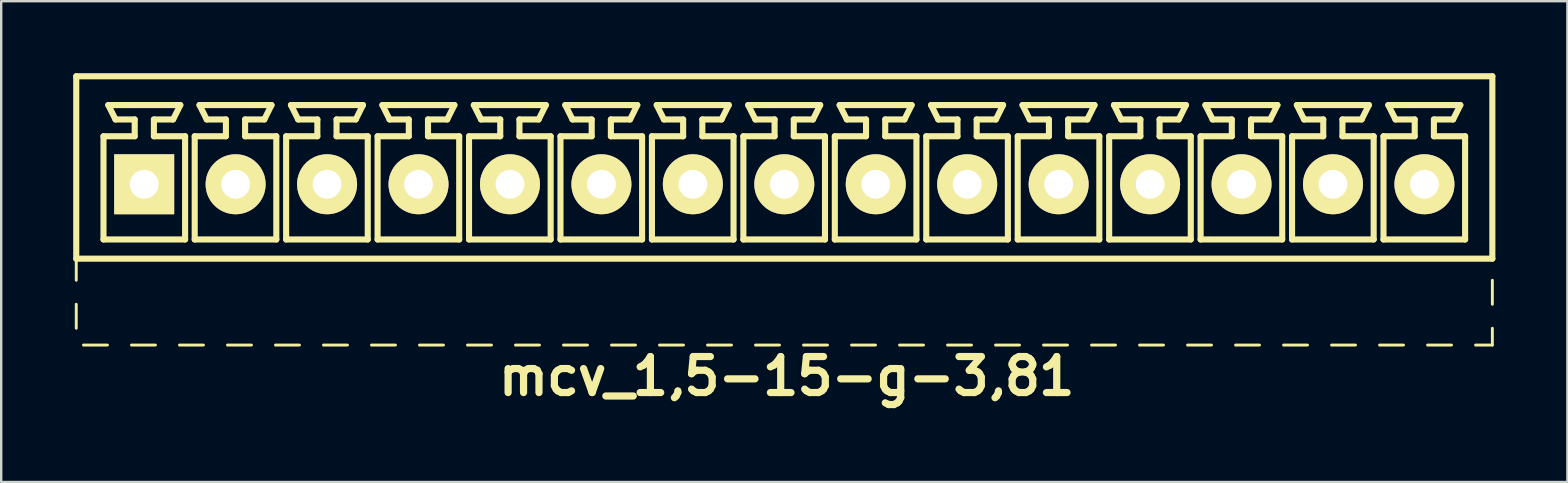
<source format=kicad_pcb>
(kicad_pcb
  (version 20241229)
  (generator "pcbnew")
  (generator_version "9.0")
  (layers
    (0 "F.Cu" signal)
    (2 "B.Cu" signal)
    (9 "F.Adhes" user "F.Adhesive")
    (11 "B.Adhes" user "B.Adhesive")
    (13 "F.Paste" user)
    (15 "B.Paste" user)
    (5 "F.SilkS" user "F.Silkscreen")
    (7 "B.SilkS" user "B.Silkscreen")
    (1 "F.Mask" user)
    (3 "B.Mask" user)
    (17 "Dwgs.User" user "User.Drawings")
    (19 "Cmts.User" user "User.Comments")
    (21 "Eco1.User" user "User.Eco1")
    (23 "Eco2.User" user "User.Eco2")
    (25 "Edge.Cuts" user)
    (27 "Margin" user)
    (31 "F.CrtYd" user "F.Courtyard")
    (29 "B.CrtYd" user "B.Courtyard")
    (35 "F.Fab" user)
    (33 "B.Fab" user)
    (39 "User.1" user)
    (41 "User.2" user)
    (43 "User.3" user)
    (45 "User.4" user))
  (footprint "mcv_1,5-15-g-3,81"
    (layer "F.Cu")
    (at 29.627 4.627)
    (property "Reference" "mcv_1,5-15-g-3,81" (at 0.1 8 0) (layer "F.SilkS") (effects (font (size 1.5 1.5) (thickness 0.3))))
    (attr through_hole)
    (fp_line (start -29.5 -4.5) (end -29.5 3.1) (stroke (width 0.254) (type solid)) (layer "F.SilkS"))
    (fp_line (start -29.5 -4.5) (end 29.5 -4.5) (stroke (width 0.254) (type solid)) (layer "F.SilkS"))
    (fp_line (start -29.5 3.1) (end -29.5 4) (stroke (width 0.12) (type solid)) (layer "F.SilkS"))
    (fp_line (start -29.5 3.1) (end 29.5 3.1) (stroke (width 0.254) (type solid)) (layer "F.SilkS"))
    (fp_line (start -29.5 5) (end -29.5 6) (stroke (width 0.12) (type solid)) (layer "F.SilkS"))
    (fp_line (start -29.2 6.7) (end -28.2 6.7) (stroke (width 0.12) (type solid)) (layer "F.SilkS"))
    (fp_line (start -28.365 -2) (end -27.065 -2) (stroke (width 0.254) (type solid)) (layer "F.SilkS"))
    (fp_line (start -28.365 2.3) (end -28.365 -2) (stroke (width 0.254) (type solid)) (layer "F.SilkS"))
    (fp_line (start -28.165 -3.3) (end -25.165 -3.3) (stroke (width 0.254) (type solid)) (layer "F.SilkS"))
    (fp_line (start -27.865 -2.7) (end -28.165 -3.3) (stroke (width 0.254) (type solid)) (layer "F.SilkS"))
    (fp_line (start -27.2 6.7) (end -26.2 6.7) (stroke (width 0.12) (type solid)) (layer "F.SilkS"))
    (fp_line (start -27.065 -2.7) (end -27.865 -2.7) (stroke (width 0.254) (type solid)) (layer "F.SilkS"))
    (fp_line (start -27.065 -2) (end -27.065 -2.7) (stroke (width 0.254) (type solid)) (layer "F.SilkS"))
    (fp_line (start -26.265 -2.7) (end -26.265 -2) (stroke (width 0.254) (type solid)) (layer "F.SilkS"))
    (fp_line (start -26.265 -2) (end -24.965 -2) (stroke (width 0.254) (type solid)) (layer "F.SilkS"))
    (fp_line (start -25.465 -2.7) (end -26.265 -2.7) (stroke (width 0.254) (type solid)) (layer "F.SilkS"))
    (fp_line (start -25.465 -2.7) (end -25.165 -3.3) (stroke (width 0.254) (type solid)) (layer "F.SilkS"))
    (fp_line (start -25.2 6.7) (end -24.2 6.7) (stroke (width 0.12) (type solid)) (layer "F.SilkS"))
    (fp_line (start -24.965 -2) (end -24.965 2.3) (stroke (width 0.254) (type solid)) (layer "F.SilkS"))
    (fp_line (start -24.965 2.3) (end -28.365 2.3) (stroke (width 0.254) (type solid)) (layer "F.SilkS"))
    (fp_line (start -24.565 -2) (end -23.265 -2) (stroke (width 0.254) (type solid)) (layer "F.SilkS"))
    (fp_line (start -24.565 2.3) (end -24.565 -2) (stroke (width 0.254) (type solid)) (layer "F.SilkS"))
    (fp_line (start -24.365 -3.3) (end -21.365 -3.3) (stroke (width 0.254) (type solid)) (layer "F.SilkS"))
    (fp_line (start -24.065 -2.7) (end -24.365 -3.3) (stroke (width 0.254) (type solid)) (layer "F.SilkS"))
    (fp_line (start -23.265 -2.7) (end -24.065 -2.7) (stroke (width 0.254) (type solid)) (layer "F.SilkS"))
    (fp_line (start -23.265 -2) (end -23.265 -2.7) (stroke (width 0.254) (type solid)) (layer "F.SilkS"))
    (fp_line (start -23.2 6.7) (end -22.2 6.7) (stroke (width 0.12) (type solid)) (layer "F.SilkS"))
    (fp_line (start -22.465 -2.7) (end -22.465 -2) (stroke (width 0.254) (type solid)) (layer "F.SilkS"))
    (fp_line (start -22.465 -2) (end -21.165 -2) (stroke (width 0.254) (type solid)) (layer "F.SilkS"))
    (fp_line (start -21.665 -2.7) (end -22.465 -2.7) (stroke (width 0.254) (type solid)) (layer "F.SilkS"))
    (fp_line (start -21.665 -2.7) (end -21.365 -3.3) (stroke (width 0.254) (type solid)) (layer "F.SilkS"))
    (fp_line (start -21.2 6.7) (end -20.2 6.7) (stroke (width 0.12) (type solid)) (layer "F.SilkS"))
    (fp_line (start -21.165 -2) (end -21.165 2.3) (stroke (width 0.254) (type solid)) (layer "F.SilkS"))
    (fp_line (start -21.165 2.3) (end -24.565 2.3) (stroke (width 0.254) (type solid)) (layer "F.SilkS"))
    (fp_line (start -20.755 -2) (end -19.455 -2) (stroke (width 0.254) (type solid)) (layer "F.SilkS"))
    (fp_line (start -20.755 2.3) (end -20.755 -2) (stroke (width 0.254) (type solid)) (layer "F.SilkS"))
    (fp_line (start -20.555 -3.3) (end -17.555 -3.3) (stroke (width 0.254) (type solid)) (layer "F.SilkS"))
    (fp_line (start -20.255 -2.7) (end -20.555 -3.3) (stroke (width 0.254) (type solid)) (layer "F.SilkS"))
    (fp_line (start -19.455 -2.7) (end -20.255 -2.7) (stroke (width 0.254) (type solid)) (layer "F.SilkS"))
    (fp_line (start -19.455 -2) (end -19.455 -2.7) (stroke (width 0.254) (type solid)) (layer "F.SilkS"))
    (fp_line (start -19.2 6.7) (end -18.2 6.7) (stroke (width 0.12) (type solid)) (layer "F.SilkS"))
    (fp_line (start -18.655 -2.7) (end -18.655 -2) (stroke (width 0.254) (type solid)) (layer "F.SilkS"))
    (fp_line (start -18.655 -2) (end -17.355 -2) (stroke (width 0.254) (type solid)) (layer "F.SilkS"))
    (fp_line (start -17.855 -2.7) (end -18.655 -2.7) (stroke (width 0.254) (type solid)) (layer "F.SilkS"))
    (fp_line (start -17.855 -2.7) (end -17.555 -3.3) (stroke (width 0.254) (type solid)) (layer "F.SilkS"))
    (fp_line (start -17.355 -2) (end -17.355 2.3) (stroke (width 0.254) (type solid)) (layer "F.SilkS"))
    (fp_line (start -17.355 2.3) (end -20.755 2.3) (stroke (width 0.254) (type solid)) (layer "F.SilkS"))
    (fp_line (start -17.2 6.7) (end -16.2 6.7) (stroke (width 0.12) (type solid)) (layer "F.SilkS"))
    (fp_line (start -16.945 -2) (end -15.645 -2) (stroke (width 0.254) (type solid)) (layer "F.SilkS"))
    (fp_line (start -16.945 2.3) (end -16.945 -2) (stroke (width 0.254) (type solid)) (layer "F.SilkS"))
    (fp_line (start -16.745 -3.3) (end -13.745 -3.3) (stroke (width 0.254) (type solid)) (layer "F.SilkS"))
    (fp_line (start -16.445 -2.7) (end -16.745 -3.3) (stroke (width 0.254) (type solid)) (layer "F.SilkS"))
    (fp_line (start -15.645 -2.7) (end -16.445 -2.7) (stroke (width 0.254) (type solid)) (layer "F.SilkS"))
    (fp_line (start -15.645 -2) (end -15.645 -2.7) (stroke (width 0.254) (type solid)) (layer "F.SilkS"))
    (fp_line (start -15.2 6.7) (end -14.2 6.7) (stroke (width 0.12) (type solid)) (layer "F.SilkS"))
    (fp_line (start -14.845 -2.7) (end -14.845 -2) (stroke (width 0.254) (type solid)) (layer "F.SilkS"))
    (fp_line (start -14.845 -2) (end -13.545 -2) (stroke (width 0.254) (type solid)) (layer "F.SilkS"))
    (fp_line (start -14.045 -2.7) (end -14.845 -2.7) (stroke (width 0.254) (type solid)) (layer "F.SilkS"))
    (fp_line (start -14.045 -2.7) (end -13.745 -3.3) (stroke (width 0.254) (type solid)) (layer "F.SilkS"))
    (fp_line (start -13.545 -2) (end -13.545 2.3) (stroke (width 0.254) (type solid)) (layer "F.SilkS"))
    (fp_line (start -13.545 2.3) (end -16.945 2.3) (stroke (width 0.254) (type solid)) (layer "F.SilkS"))
    (fp_line (start -13.2 6.7) (end -12.2 6.7) (stroke (width 0.12) (type solid)) (layer "F.SilkS"))
    (fp_line (start -13.135 -2) (end -11.835 -2) (stroke (width 0.254) (type solid)) (layer "F.SilkS"))
    (fp_line (start -13.135 2.3) (end -13.135 -2) (stroke (width 0.254) (type solid)) (layer "F.SilkS"))
    (fp_line (start -12.935 -3.3) (end -9.935 -3.3) (stroke (width 0.254) (type solid)) (layer "F.SilkS"))
    (fp_line (start -12.635 -2.7) (end -12.935 -3.3) (stroke (width 0.254) (type solid)) (layer "F.SilkS"))
    (fp_line (start -11.835 -2.7) (end -12.635 -2.7) (stroke (width 0.254) (type solid)) (layer "F.SilkS"))
    (fp_line (start -11.835 -2) (end -11.835 -2.7) (stroke (width 0.254) (type solid)) (layer "F.SilkS"))
    (fp_line (start -11.2 6.7) (end -10.2 6.7) (stroke (width 0.12) (type solid)) (layer "F.SilkS"))
    (fp_line (start -11.035 -2.7) (end -11.035 -2) (stroke (width 0.254) (type solid)) (layer "F.SilkS"))
    (fp_line (start -11.035 -2) (end -9.735 -2) (stroke (width 0.254) (type solid)) (layer "F.SilkS"))
    (fp_line (start -10.235 -2.7) (end -11.035 -2.7) (stroke (width 0.254) (type solid)) (layer "F.SilkS"))
    (fp_line (start -10.235 -2.7) (end -9.935 -3.3) (stroke (width 0.254) (type solid)) (layer "F.SilkS"))
    (fp_line (start -9.735 -2) (end -9.735 2.3) (stroke (width 0.254) (type solid)) (layer "F.SilkS"))
    (fp_line (start -9.735 2.3) (end -13.135 2.3) (stroke (width 0.254) (type solid)) (layer "F.SilkS"))
    (fp_line (start -9.325 -2) (end -8.025 -2) (stroke (width 0.254) (type solid)) (layer "F.SilkS"))
    (fp_line (start -9.325 2.3) (end -9.325 -2) (stroke (width 0.254) (type solid)) (layer "F.SilkS"))
    (fp_line (start -9.2 6.7) (end -8.2 6.7) (stroke (width 0.12) (type solid)) (layer "F.SilkS"))
    (fp_line (start -9.125 -3.3) (end -6.125 -3.3) (stroke (width 0.254) (type solid)) (layer "F.SilkS"))
    (fp_line (start -8.825 -2.7) (end -9.125 -3.3) (stroke (width 0.254) (type solid)) (layer "F.SilkS"))
    (fp_line (start -8.025 -2.7) (end -8.825 -2.7) (stroke (width 0.254) (type solid)) (layer "F.SilkS"))
    (fp_line (start -8.025 -2) (end -8.025 -2.7) (stroke (width 0.254) (type solid)) (layer "F.SilkS"))
    (fp_line (start -7.225 -2.7) (end -7.225 -2) (stroke (width 0.254) (type solid)) (layer "F.SilkS"))
    (fp_line (start -7.225 -2) (end -5.925 -2) (stroke (width 0.254) (type solid)) (layer "F.SilkS"))
    (fp_line (start -7.2 6.7) (end -6.2 6.7) (stroke (width 0.12) (type solid)) (layer "F.SilkS"))
    (fp_line (start -6.425 -2.7) (end -7.225 -2.7) (stroke (width 0.254) (type solid)) (layer "F.SilkS"))
    (fp_line (start -6.425 -2.7) (end -6.125 -3.3) (stroke (width 0.254) (type solid)) (layer "F.SilkS"))
    (fp_line (start -5.925 -2) (end -5.925 2.3) (stroke (width 0.254) (type solid)) (layer "F.SilkS"))
    (fp_line (start -5.925 2.3) (end -9.325 2.3) (stroke (width 0.254) (type solid)) (layer "F.SilkS"))
    (fp_line (start -5.515 -2) (end -4.215 -2) (stroke (width 0.254) (type solid)) (layer "F.SilkS"))
    (fp_line (start -5.515 2.3) (end -5.515 -2) (stroke (width 0.254) (type solid)) (layer "F.SilkS"))
    (fp_line (start -5.315 -3.3) (end -2.315 -3.3) (stroke (width 0.254) (type solid)) (layer "F.SilkS"))
    (fp_line (start -5.2 6.7) (end -4.2 6.7) (stroke (width 0.12) (type solid)) (layer "F.SilkS"))
    (fp_line (start -5.015 -2.7) (end -5.315 -3.3) (stroke (width 0.254) (type solid)) (layer "F.SilkS"))
    (fp_line (start -4.215 -2.7) (end -5.015 -2.7) (stroke (width 0.254) (type solid)) (layer "F.SilkS"))
    (fp_line (start -4.215 -2) (end -4.215 -2.7) (stroke (width 0.254) (type solid)) (layer "F.SilkS"))
    (fp_line (start -3.415 -2.7) (end -3.415 -2) (stroke (width 0.254) (type solid)) (layer "F.SilkS"))
    (fp_line (start -3.415 -2) (end -2.115 -2) (stroke (width 0.254) (type solid)) (layer "F.SilkS"))
    (fp_line (start -3.2 6.7) (end -2.2 6.7) (stroke (width 0.12) (type solid)) (layer "F.SilkS"))
    (fp_line (start -2.615 -2.7) (end -3.415 -2.7) (stroke (width 0.254) (type solid)) (layer "F.SilkS"))
    (fp_line (start -2.615 -2.7) (end -2.315 -3.3) (stroke (width 0.254) (type solid)) (layer "F.SilkS"))
    (fp_line (start -2.115 -2) (end -2.115 2.3) (stroke (width 0.254) (type solid)) (layer "F.SilkS"))
    (fp_line (start -2.115 2.3) (end -5.515 2.3) (stroke (width 0.254) (type solid)) (layer "F.SilkS"))
    (fp_line (start -1.705 -2) (end -0.405 -2) (stroke (width 0.254) (type solid)) (layer "F.SilkS"))
    (fp_line (start -1.705 2.3) (end -1.705 -2) (stroke (width 0.254) (type solid)) (layer "F.SilkS"))
    (fp_line (start -1.505 -3.3) (end 1.495 -3.3) (stroke (width 0.254) (type solid)) (layer "F.SilkS"))
    (fp_line (start -1.205 -2.7) (end -1.505 -3.3) (stroke (width 0.254) (type solid)) (layer "F.SilkS"))
    (fp_line (start -1.2 6.7) (end -0.2 6.7) (stroke (width 0.12) (type solid)) (layer "F.SilkS"))
    (fp_line (start -0.405 -2.7) (end -1.205 -2.7) (stroke (width 0.254) (type solid)) (layer "F.SilkS"))
    (fp_line (start -0.405 -2) (end -0.405 -2.7) (stroke (width 0.254) (type solid)) (layer "F.SilkS"))
    (fp_line (start 0.395 -2.7) (end 0.395 -2) (stroke (width 0.254) (type solid)) (layer "F.SilkS"))
    (fp_line (start 0.395 -2) (end 1.695 -2) (stroke (width 0.254) (type solid)) (layer "F.SilkS"))
    (fp_line (start 0.8 6.7) (end 1.8 6.7) (stroke (width 0.12) (type solid)) (layer "F.SilkS"))
    (fp_line (start 1.195 -2.7) (end 0.395 -2.7) (stroke (width 0.254) (type solid)) (layer "F.SilkS"))
    (fp_line (start 1.195 -2.7) (end 1.495 -3.3) (stroke (width 0.254) (type solid)) (layer "F.SilkS"))
    (fp_line (start 1.695 -2) (end 1.695 2.3) (stroke (width 0.254) (type solid)) (layer "F.SilkS"))
    (fp_line (start 1.695 2.3) (end -1.705 2.3) (stroke (width 0.254) (type solid)) (layer "F.SilkS"))
    (fp_line (start 2.105 -2) (end 3.405 -2) (stroke (width 0.254) (type solid)) (layer "F.SilkS"))
    (fp_line (start 2.105 2.3) (end 2.105 -2) (stroke (width 0.254) (type solid)) (layer "F.SilkS"))
    (fp_line (start 2.305 -3.3) (end 5.305 -3.3) (stroke (width 0.254) (type solid)) (layer "F.SilkS"))
    (fp_line (start 2.605 -2.7) (end 2.305 -3.3) (stroke (width 0.254) (type solid)) (layer "F.SilkS"))
    (fp_line (start 2.8 6.7) (end 3.8 6.7) (stroke (width 0.12) (type solid)) (layer "F.SilkS"))
    (fp_line (start 3.405 -2.7) (end 2.605 -2.7) (stroke (width 0.254) (type solid)) (layer "F.SilkS"))
    (fp_line (start 3.405 -2) (end 3.405 -2.7) (stroke (width 0.254) (type solid)) (layer "F.SilkS"))
    (fp_line (start 4.205 -2.7) (end 4.205 -2) (stroke (width 0.254) (type solid)) (layer "F.SilkS"))
    (fp_line (start 4.205 -2) (end 5.505 -2) (stroke (width 0.254) (type solid)) (layer "F.SilkS"))
    (fp_line (start 4.8 6.7) (end 5.8 6.7) (stroke (width 0.12) (type solid)) (layer "F.SilkS"))
    (fp_line (start 5.005 -2.7) (end 4.205 -2.7) (stroke (width 0.254) (type solid)) (layer "F.SilkS"))
    (fp_line (start 5.005 -2.7) (end 5.305 -3.3) (stroke (width 0.254) (type solid)) (layer "F.SilkS"))
    (fp_line (start 5.505 -2) (end 5.505 2.3) (stroke (width 0.254) (type solid)) (layer "F.SilkS"))
    (fp_line (start 5.505 2.3) (end 2.105 2.3) (stroke (width 0.254) (type solid)) (layer "F.SilkS"))
    (fp_line (start 5.915 -2) (end 7.215 -2) (stroke (width 0.254) (type solid)) (layer "F.SilkS"))
    (fp_line (start 5.915 2.3) (end 5.915 -2) (stroke (width 0.254) (type solid)) (layer "F.SilkS"))
    (fp_line (start 6.115 -3.3) (end 9.115 -3.3) (stroke (width 0.254) (type solid)) (layer "F.SilkS"))
    (fp_line (start 6.415 -2.7) (end 6.115 -3.3) (stroke (width 0.254) (type solid)) (layer "F.SilkS"))
    (fp_line (start 6.8 6.7) (end 7.8 6.7) (stroke (width 0.12) (type solid)) (layer "F.SilkS"))
    (fp_line (start 7.215 -2.7) (end 6.415 -2.7) (stroke (width 0.254) (type solid)) (layer "F.SilkS"))
    (fp_line (start 7.215 -2) (end 7.215 -2.7) (stroke (width 0.254) (type solid)) (layer "F.SilkS"))
    (fp_line (start 8.015 -2.7) (end 8.015 -2) (stroke (width 0.254) (type solid)) (layer "F.SilkS"))
    (fp_line (start 8.015 -2) (end 9.315 -2) (stroke (width 0.254) (type solid)) (layer "F.SilkS"))
    (fp_line (start 8.8 6.7) (end 9.8 6.7) (stroke (width 0.12) (type solid)) (layer "F.SilkS"))
    (fp_line (start 8.815 -2.7) (end 8.015 -2.7) (stroke (width 0.254) (type solid)) (layer "F.SilkS"))
    (fp_line (start 8.815 -2.7) (end 9.115 -3.3) (stroke (width 0.254) (type solid)) (layer "F.SilkS"))
    (fp_line (start 9.315 -2) (end 9.315 2.3) (stroke (width 0.254) (type solid)) (layer "F.SilkS"))
    (fp_line (start 9.315 2.3) (end 5.915 2.3) (stroke (width 0.254) (type solid)) (layer "F.SilkS"))
    (fp_line (start 9.725 -2) (end 11.025 -2) (stroke (width 0.254) (type solid)) (layer "F.SilkS"))
    (fp_line (start 9.725 2.3) (end 9.725 -2) (stroke (width 0.254) (type solid)) (layer "F.SilkS"))
    (fp_line (start 9.925 -3.3) (end 12.925 -3.3) (stroke (width 0.254) (type solid)) (layer "F.SilkS"))
    (fp_line (start 10.225 -2.7) (end 9.925 -3.3) (stroke (width 0.254) (type solid)) (layer "F.SilkS"))
    (fp_line (start 10.8 6.7) (end 11.8 6.7) (stroke (width 0.12) (type solid)) (layer "F.SilkS"))
    (fp_line (start 11.025 -2.7) (end 10.225 -2.7) (stroke (width 0.254) (type solid)) (layer "F.SilkS"))
    (fp_line (start 11.025 -2) (end 11.025 -2.7) (stroke (width 0.254) (type solid)) (layer "F.SilkS"))
    (fp_line (start 11.825 -2.7) (end 11.825 -2) (stroke (width 0.254) (type solid)) (layer "F.SilkS"))
    (fp_line (start 11.825 -2) (end 13.125 -2) (stroke (width 0.254) (type solid)) (layer "F.SilkS"))
    (fp_line (start 12.625 -2.7) (end 11.825 -2.7) (stroke (width 0.254) (type solid)) (layer "F.SilkS"))
    (fp_line (start 12.625 -2.7) (end 12.925 -3.3) (stroke (width 0.254) (type solid)) (layer "F.SilkS"))
    (fp_line (start 12.8 6.7) (end 13.8 6.7) (stroke (width 0.12) (type solid)) (layer "F.SilkS"))
    (fp_line (start 13.125 -2) (end 13.125 2.3) (stroke (width 0.254) (type solid)) (layer "F.SilkS"))
    (fp_line (start 13.125 2.3) (end 9.725 2.3) (stroke (width 0.254) (type solid)) (layer "F.SilkS"))
    (fp_line (start 13.535 -2) (end 14.835 -2) (stroke (width 0.254) (type solid)) (layer "F.SilkS"))
    (fp_line (start 13.535 2.3) (end 13.535 -2) (stroke (width 0.254) (type solid)) (layer "F.SilkS"))
    (fp_line (start 13.735 -3.3) (end 16.735 -3.3) (stroke (width 0.254) (type solid)) (layer "F.SilkS"))
    (fp_line (start 14.035 -2.7) (end 13.735 -3.3) (stroke (width 0.254) (type solid)) (layer "F.SilkS"))
    (fp_line (start 14.8 6.7) (end 15.8 6.7) (stroke (width 0.12) (type solid)) (layer "F.SilkS"))
    (fp_line (start 14.835 -2.7) (end 14.035 -2.7) (stroke (width 0.254) (type solid)) (layer "F.SilkS"))
    (fp_line (start 14.835 -2) (end 14.835 -2.7) (stroke (width 0.254) (type solid)) (layer "F.SilkS"))
    (fp_line (start 15.635 -2.7) (end 15.635 -2) (stroke (width 0.254) (type solid)) (layer "F.SilkS"))
    (fp_line (start 15.635 -2) (end 16.935 -2) (stroke (width 0.254) (type solid)) (layer "F.SilkS"))
    (fp_line (start 16.435 -2.7) (end 15.635 -2.7) (stroke (width 0.254) (type solid)) (layer "F.SilkS"))
    (fp_line (start 16.435 -2.7) (end 16.735 -3.3) (stroke (width 0.254) (type solid)) (layer "F.SilkS"))
    (fp_line (start 16.8 6.7) (end 17.8 6.7) (stroke (width 0.12) (type solid)) (layer "F.SilkS"))
    (fp_line (start 16.935 -2) (end 16.935 2.3) (stroke (width 0.254) (type solid)) (layer "F.SilkS"))
    (fp_line (start 16.935 2.3) (end 13.535 2.3) (stroke (width 0.254) (type solid)) (layer "F.SilkS"))
    (fp_line (start 17.345 -2) (end 18.645 -2) (stroke (width 0.254) (type solid)) (layer "F.SilkS"))
    (fp_line (start 17.345 2.3) (end 17.345 -2) (stroke (width 0.254) (type solid)) (layer "F.SilkS"))
    (fp_line (start 17.545 -3.3) (end 20.545 -3.3) (stroke (width 0.254) (type solid)) (layer "F.SilkS"))
    (fp_line (start 17.845 -2.7) (end 17.545 -3.3) (stroke (width 0.254) (type solid)) (layer "F.SilkS"))
    (fp_line (start 18.645 -2.7) (end 17.845 -2.7) (stroke (width 0.254) (type solid)) (layer "F.SilkS"))
    (fp_line (start 18.645 -2) (end 18.645 -2.7) (stroke (width 0.254) (type solid)) (layer "F.SilkS"))
    (fp_line (start 18.8 6.7) (end 19.8 6.7) (stroke (width 0.12) (type solid)) (layer "F.SilkS"))
    (fp_line (start 19.445 -2.7) (end 19.445 -2) (stroke (width 0.254) (type solid)) (layer "F.SilkS"))
    (fp_line (start 19.445 -2) (end 20.745 -2) (stroke (width 0.254) (type solid)) (layer "F.SilkS"))
    (fp_line (start 20.245 -2.7) (end 19.445 -2.7) (stroke (width 0.254) (type solid)) (layer "F.SilkS"))
    (fp_line (start 20.245 -2.7) (end 20.545 -3.3) (stroke (width 0.254) (type solid)) (layer "F.SilkS"))
    (fp_line (start 20.745 -2) (end 20.745 2.3) (stroke (width 0.254) (type solid)) (layer "F.SilkS"))
    (fp_line (start 20.745 2.3) (end 17.345 2.3) (stroke (width 0.254) (type solid)) (layer "F.SilkS"))
    (fp_line (start 20.8 6.7) (end 21.8 6.7) (stroke (width 0.12) (type solid)) (layer "F.SilkS"))
    (fp_line (start 21.155 -2) (end 22.455 -2) (stroke (width 0.254) (type solid)) (layer "F.SilkS"))
    (fp_line (start 21.155 2.3) (end 21.155 -2) (stroke (width 0.254) (type solid)) (layer "F.SilkS"))
    (fp_line (start 21.355 -3.3) (end 24.355 -3.3) (stroke (width 0.254) (type solid)) (layer "F.SilkS"))
    (fp_line (start 21.655 -2.7) (end 21.355 -3.3) (stroke (width 0.254) (type solid)) (layer "F.SilkS"))
    (fp_line (start 22.455 -2.7) (end 21.655 -2.7) (stroke (width 0.254) (type solid)) (layer "F.SilkS"))
    (fp_line (start 22.455 -2) (end 22.455 -2.7) (stroke (width 0.254) (type solid)) (layer "F.SilkS"))
    (fp_line (start 22.8 6.7) (end 23.8 6.7) (stroke (width 0.12) (type solid)) (layer "F.SilkS"))
    (fp_line (start 23.255 -2.7) (end 23.255 -2) (stroke (width 0.254) (type solid)) (layer "F.SilkS"))
    (fp_line (start 23.255 -2) (end 24.555 -2) (stroke (width 0.254) (type solid)) (layer "F.SilkS"))
    (fp_line (start 24.055 -2.7) (end 23.255 -2.7) (stroke (width 0.254) (type solid)) (layer "F.SilkS"))
    (fp_line (start 24.055 -2.7) (end 24.355 -3.3) (stroke (width 0.254) (type solid)) (layer "F.SilkS"))
    (fp_line (start 24.555 -2) (end 24.555 2.3) (stroke (width 0.254) (type solid)) (layer "F.SilkS"))
    (fp_line (start 24.555 2.3) (end 21.155 2.3) (stroke (width 0.254) (type solid)) (layer "F.SilkS"))
    (fp_line (start 24.8 6.7) (end 25.8 6.7) (stroke (width 0.12) (type solid)) (layer "F.SilkS"))
    (fp_line (start 24.965 -2) (end 26.265 -2) (stroke (width 0.254) (type solid)) (layer "F.SilkS"))
    (fp_line (start 24.965 2.3) (end 24.965 -2) (stroke (width 0.254) (type solid)) (layer "F.SilkS"))
    (fp_line (start 25.165 -3.3) (end 28.165 -3.3) (stroke (width 0.254) (type solid)) (layer "F.SilkS"))
    (fp_line (start 25.465 -2.7) (end 25.165 -3.3) (stroke (width 0.254) (type solid)) (layer "F.SilkS"))
    (fp_line (start 26.265 -2.7) (end 25.465 -2.7) (stroke (width 0.254) (type solid)) (layer "F.SilkS"))
    (fp_line (start 26.265 -2) (end 26.265 -2.7) (stroke (width 0.254) (type solid)) (layer "F.SilkS"))
    (fp_line (start 26.8 6.7) (end 27.8 6.7) (stroke (width 0.12) (type solid)) (layer "F.SilkS"))
    (fp_line (start 27.065 -2.7) (end 27.065 -2) (stroke (width 0.254) (type solid)) (layer "F.SilkS"))
    (fp_line (start 27.065 -2) (end 28.365 -2) (stroke (width 0.254) (type solid)) (layer "F.SilkS"))
    (fp_line (start 27.865 -2.7) (end 27.065 -2.7) (stroke (width 0.254) (type solid)) (layer "F.SilkS"))
    (fp_line (start 27.865 -2.7) (end 28.165 -3.3) (stroke (width 0.254) (type solid)) (layer "F.SilkS"))
    (fp_line (start 28.365 -2) (end 28.365 2.3) (stroke (width 0.254) (type solid)) (layer "F.SilkS"))
    (fp_line (start 28.365 2.3) (end 24.965 2.3) (stroke (width 0.254) (type solid)) (layer "F.SilkS"))
    (fp_line (start 28.8 6.7) (end 29.5 6.7) (stroke (width 0.12) (type solid)) (layer "F.SilkS"))
    (fp_line (start 29.5 -4.5) (end 29.5 3.1) (stroke (width 0.254) (type solid)) (layer "F.SilkS"))
    (fp_line (start 29.5 5) (end 29.5 4) (stroke (width 0.12) (type solid)) (layer "F.SilkS"))
    (fp_line (start 29.5 6.7) (end 29.5 6) (stroke (width 0.12) (type solid)) (layer "F.SilkS"))
    (pad "1" thru_hole rect (at -26.67 0) (size 2.5 2.5) (drill 1.2) (layers "*.Cu" "*.Mask" "F.SilkS"))
    (pad "2" thru_hole circle (at -22.86 0) (size 2.5 2.5) (drill 1.2) (layers "*.Cu" "*.Mask" "F.SilkS"))
    (pad "3" thru_hole circle (at -19.05 0) (size 2.5 2.5) (drill 1.2) (layers "*.Cu" "*.Mask" "F.SilkS"))
    (pad "4" thru_hole circle (at -15.24 0) (size 2.5 2.5) (drill 1.2) (layers "*.Cu" "*.Mask" "F.SilkS"))
    (pad "5" thru_hole circle (at -11.43 0) (size 2.5 2.5) (drill 1.2) (layers "*.Cu" "*.Mask" "F.SilkS"))
    (pad "6" thru_hole circle (at -7.62 0) (size 2.5 2.5) (drill 1.2) (layers "*.Cu" "*.Mask" "F.SilkS"))
    (pad "7" thru_hole circle (at -3.81 0) (size 2.5 2.5) (drill 1.2) (layers "*.Cu" "*.Mask" "F.SilkS"))
    (pad "8" thru_hole circle (at 0 0) (size 2.5 2.5) (drill 1.2) (layers "*.Cu" "*.Mask" "F.SilkS"))
    (pad "9" thru_hole circle (at 3.81 0) (size 2.5 2.5) (drill 1.2) (layers "*.Cu" "*.Mask" "F.SilkS"))
    (pad "10" thru_hole circle (at 7.62 0) (size 2.5 2.5) (drill 1.2) (layers "*.Cu" "*.Mask" "F.SilkS"))
    (pad "11" thru_hole circle (at 11.43 0) (size 2.5 2.5) (drill 1.2) (layers "*.Cu" "*.Mask" "F.SilkS"))
    (pad "12" thru_hole circle (at 15.24 0) (size 2.5 2.5) (drill 1.2) (layers "*.Cu" "*.Mask" "F.SilkS"))
    (pad "13" thru_hole circle (at 19.05 0) (size 2.5 2.5) (drill 1.2) (layers "*.Cu" "*.Mask" "F.SilkS"))
    (pad "14" thru_hole circle (at 22.86 0) (size 2.5 2.5) (drill 1.2) (layers "*.Cu" "*.Mask" "F.SilkS"))
    (pad "15" thru_hole circle (at 26.67 0) (size 2.5 2.5) (drill 1.2) (layers "*.Cu" "*.Mask" "F.SilkS")))
  (gr_rect
    (start -3 -3)
    (end 62.254 17.031)
    (stroke (width 0.1) (type default))
    (fill no)
    (layer "Edge.Cuts")))
</source>
